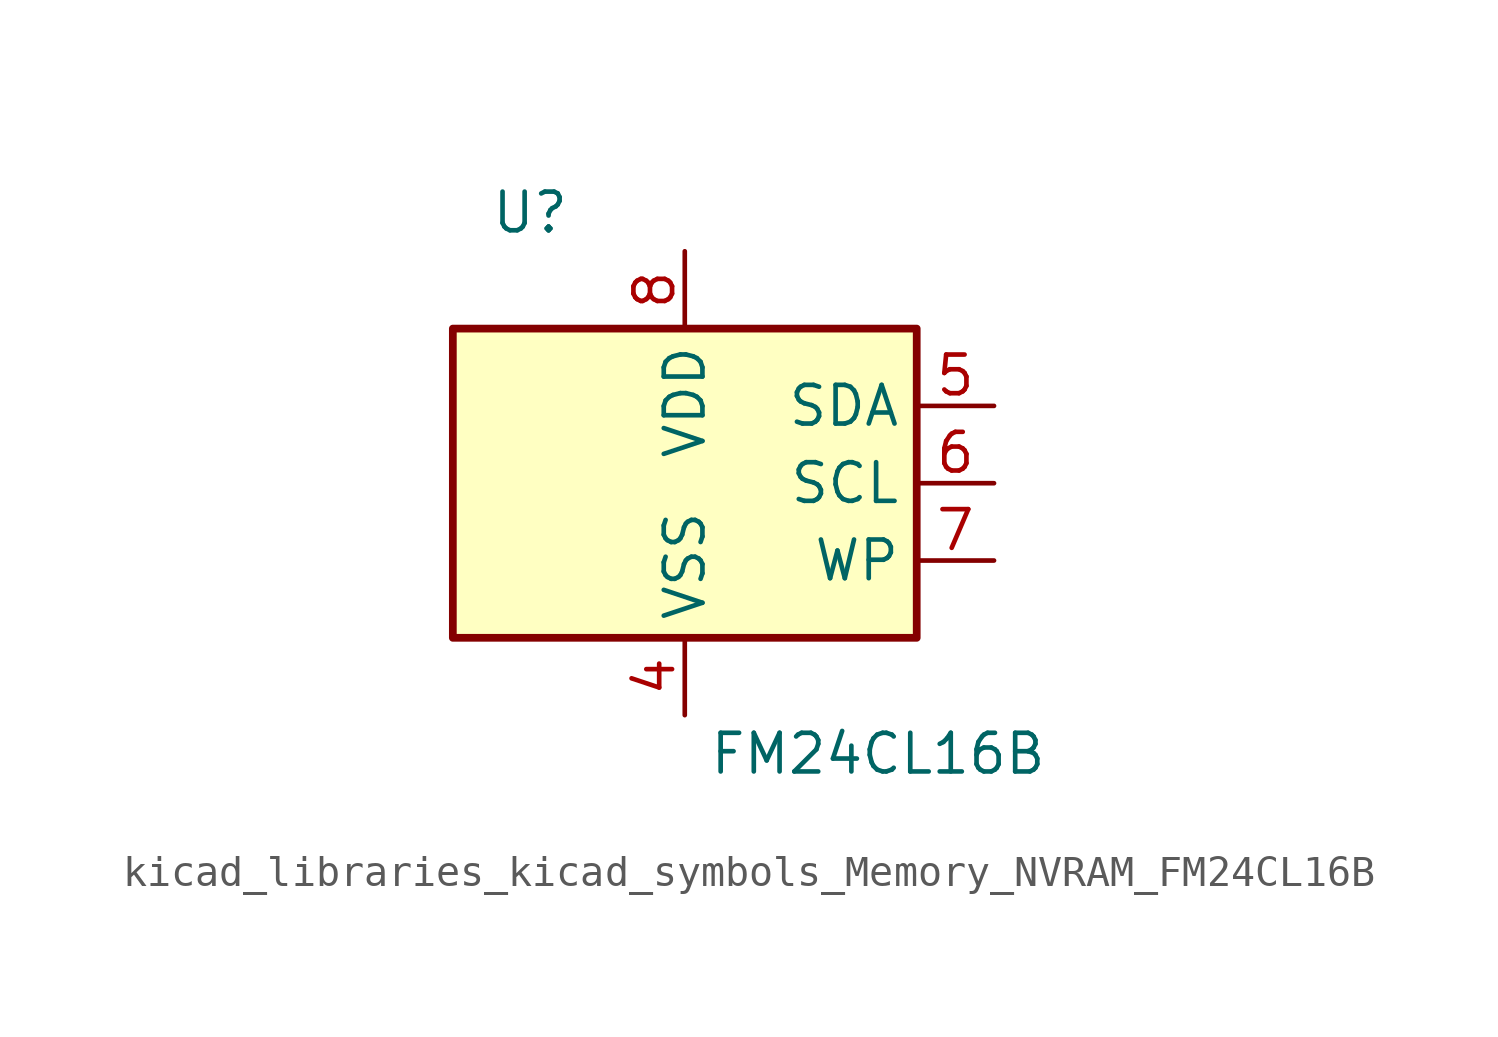
<source format=kicad_sym>
(kicad_symbol_lib
  (version 20220914)
  (generator kicad_symbol_editor)
  (symbol "kicad_libraries_kicad_symbols_Memory_NVRAM_FM24CL16B"
    (property "Reference" "U"
      (at -5.08 8.89 0)
      (effects (font (size 1.27 1.27))))
    (property "Value" "FM24CL16B"
      (at 6.35 -8.89 0)
      (effects (font (size 1.27 1.27))))
    (symbol "kicad_libraries_kicad_symbols_Memory_NVRAM_FM24CL16B_0_1"
      (rectangle (start -7.62 5.08) (end 7.62 -5.08) (stroke (width 0.254) (type default)) (fill (type background))))
    (symbol "kicad_libraries_kicad_symbols_Memory_NVRAM_FM24CL16B_1_1"
      (pin no_connect line (at -7.62 2.54 0) (length 2.54) hide (name "~" (effects (font (size 1.27 1.27)))) (number "1" (effects (font (size 1.27 1.27)))))
      (pin no_connect line (at -7.62 -2.54 0) (length 2.54) hide (name "~" (effects (font (size 1.27 1.27)))) (number "2" (effects (font (size 1.27 1.27)))))
      (pin no_connect line (at -7.62 0 0) (length 2.54) hide (name "~" (effects (font (size 1.27 1.27)))) (number "3" (effects (font (size 1.27 1.27)))))
      (pin power_in line (at 0 -7.62 90) (length 2.54) (name "VSS" (effects (font (size 1.27 1.27)))) (number "4" (effects (font (size 1.27 1.27)))))
      (pin bidirectional line (at 10.16 2.54 180) (length 2.54) (name "SDA" (effects (font (size 1.27 1.27)))) (number "5" (effects (font (size 1.27 1.27)))))
      (pin input line (at 10.16 0 180) (length 2.54) (name "SCL" (effects (font (size 1.27 1.27)))) (number "6" (effects (font (size 1.27 1.27)))))
      (pin input line (at 10.16 -2.54 180) (length 2.54) (name "WP" (effects (font (size 1.27 1.27)))) (number "7" (effects (font (size 1.27 1.27)))))
      (pin power_in line (at 0 7.62 270) (length 2.54) (name "VDD" (effects (font (size 1.27 1.27)))) (number "8" (effects (font (size 1.27 1.27))))))))
</source>
